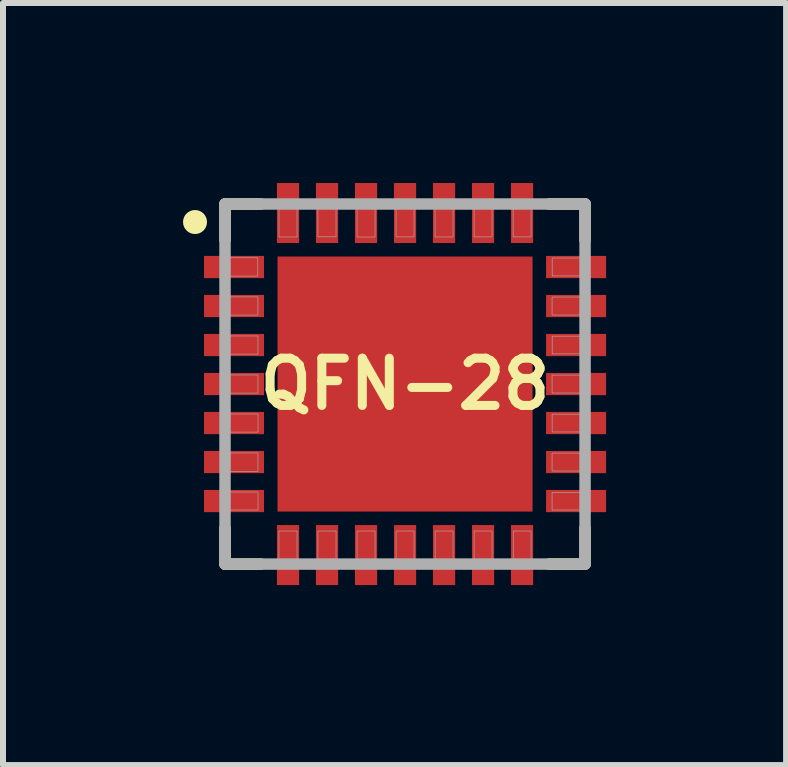
<source format=kicad_pcb>
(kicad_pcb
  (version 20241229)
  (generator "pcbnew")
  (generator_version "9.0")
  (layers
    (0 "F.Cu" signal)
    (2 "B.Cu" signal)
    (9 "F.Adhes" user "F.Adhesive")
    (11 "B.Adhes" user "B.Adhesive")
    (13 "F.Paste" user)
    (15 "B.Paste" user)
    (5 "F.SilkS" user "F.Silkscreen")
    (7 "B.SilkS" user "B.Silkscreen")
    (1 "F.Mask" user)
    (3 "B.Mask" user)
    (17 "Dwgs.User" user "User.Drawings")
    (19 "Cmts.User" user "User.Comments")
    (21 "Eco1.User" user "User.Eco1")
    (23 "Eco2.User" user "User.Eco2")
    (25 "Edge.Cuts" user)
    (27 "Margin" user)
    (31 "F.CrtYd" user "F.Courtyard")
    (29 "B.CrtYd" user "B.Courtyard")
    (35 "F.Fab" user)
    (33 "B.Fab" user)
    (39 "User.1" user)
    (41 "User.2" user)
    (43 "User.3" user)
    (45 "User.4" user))
  (footprint "QFN-28"
    (layer "F.Cu")
    (at 3.7 3.35)
    (property "Reference" "QFN-28" (at 0 0 0) (layer "F.SilkS") (effects (font (size 0.787 0.787) (thickness 0.15))))
    (attr smd)
    (fp_line (start -3 -3) (end -3 -2.4) (stroke (width 0.191) (type solid)) (layer "F.SilkS"))
    (fp_line (start -3 2.4) (end -3 3) (stroke (width 0.191) (type solid)) (layer "F.SilkS"))
    (fp_line (start -3 3) (end -2.4 3) (stroke (width 0.191) (type solid)) (layer "F.SilkS"))
    (fp_line (start -2.4 -3) (end -3 -3) (stroke (width 0.191) (type solid)) (layer "F.SilkS"))
    (fp_line (start 2.4 3) (end 3 3) (stroke (width 0.191) (type solid)) (layer "F.SilkS"))
    (fp_line (start 3 -3) (end 2.4 -3) (stroke (width 0.191) (type solid)) (layer "F.SilkS"))
    (fp_line (start 3 -2.4) (end 3 -3) (stroke (width 0.191) (type solid)) (layer "F.SilkS"))
    (fp_line (start 3 3) (end 3 2.4) (stroke (width 0.191) (type solid)) (layer "F.SilkS"))
    (fp_circle (center -3.5 -2.7) (end -3.4 -2.7) (stroke (width 0.2) (type solid)) (fill no) (layer "F.SilkS"))
    (fp_poly (pts (xy -2.003 0.1) (xy -0.1 0.1) (xy -0.1 2.003) (xy -2.003 2.003)) (stroke (width 0.01) (type solid)) (fill yes) (layer "F.Paste"))
    (fp_poly (pts (xy -2.002 -2) (xy -0.1 -2) (xy -0.1 -0.1) (xy -2.002 -0.1)) (stroke (width 0.01) (type solid)) (fill yes) (layer "F.Paste"))
    (fp_poly (pts (xy 0.1 -2) (xy 2 -2) (xy 2 -0.1) (xy 0.1 -0.1)) (stroke (width 0.01) (type solid)) (fill yes) (layer "F.Paste"))
    (fp_poly (pts (xy 0.1 0.1) (xy 2 0.1) (xy 2 2.002) (xy 0.1 2.002)) (stroke (width 0.01) (type solid)) (fill yes) (layer "F.Paste"))
    (fp_line (start -3 -3) (end -3 3) (stroke (width 0.191) (type solid)) (layer "F.Fab"))
    (fp_line (start -3 3) (end 3 3) (stroke (width 0.191) (type solid)) (layer "F.Fab"))
    (fp_line (start 3 -3) (end -3 -3) (stroke (width 0.191) (type solid)) (layer "F.Fab"))
    (fp_line (start 3 3) (end 3 -3) (stroke (width 0.191) (type solid)) (layer "F.Fab"))
    (fp_poly (pts (xy -2.454 -2.104) (xy -2.454 -1.799) (xy -3.001 -1.799) (xy -3.001 -2.104)) (stroke (width 0.01) (type solid)) (fill no) (layer "F.Fab"))
    (fp_poly (pts (xy -2.452 -1.452) (xy -2.452 -1.149) (xy -3.001 -1.149) (xy -3.001 -1.452)) (stroke (width 0.01) (type solid)) (fill no) (layer "F.Fab"))
    (fp_poly (pts (xy -2.451 -0.801) (xy -2.451 -0.499) (xy -3.001 -0.499) (xy -3.001 -0.801)) (stroke (width 0.01) (type solid)) (fill no) (layer "F.Fab"))
    (fp_poly (pts (xy -2.451 1.149) (xy -2.451 1.454) (xy -3.004 1.454) (xy -3.004 1.149)) (stroke (width 0.01) (type solid)) (fill no) (layer "F.Fab"))
    (fp_poly (pts (xy -2.451 -0.151) (xy -2.451 0.151) (xy -3.001 0.151) (xy -3.001 -0.151)) (stroke (width 0.01) (type solid)) (fill no) (layer "F.Fab"))
    (fp_poly (pts (xy -2.45 0.5) (xy -2.45 0.801) (xy -3.001 0.801) (xy -3.001 0.5)) (stroke (width 0.01) (type solid)) (fill no) (layer "F.Fab"))
    (fp_poly (pts (xy -2.45 1.8) (xy -2.45 2.1) (xy -3 2.1) (xy -3 1.8)) (stroke (width 0.01) (type solid)) (fill no) (layer "F.Fab"))
    (fp_poly (pts (xy -2.102 2.45) (xy -1.8 2.45) (xy -1.8 3.002) (xy -2.102 3.002)) (stroke (width 0.01) (type solid)) (fill no) (layer "F.Fab"))
    (fp_poly (pts (xy -1.8 -2.451) (xy -2.101 -2.451) (xy -2.101 -3) (xy -1.8 -3)) (stroke (width 0.01) (type solid)) (fill no) (layer "F.Fab"))
    (fp_poly (pts (xy -1.452 2.45) (xy -1.15 2.45) (xy -1.15 3.004) (xy -1.452 3.004)) (stroke (width 0.01) (type solid)) (fill no) (layer "F.Fab"))
    (fp_poly (pts (xy -1.15 -2.453) (xy -1.452 -2.453) (xy -1.452 -3) (xy -1.15 -3)) (stroke (width 0.01) (type solid)) (fill no) (layer "F.Fab"))
    (fp_poly (pts (xy -0.8 2.45) (xy -0.5 2.45) (xy -0.5 3) (xy -0.8 3)) (stroke (width 0.01) (type solid)) (fill no) (layer "F.Fab"))
    (fp_poly (pts (xy -0.5 -2.45) (xy -0.8 -2.45) (xy -0.8 -3) (xy -0.5 -3)) (stroke (width 0.01) (type solid)) (fill no) (layer "F.Fab"))
    (fp_poly (pts (xy -0.15 2.45) (xy 0.15 2.45) (xy 0.15 3.003) (xy -0.15 3.003)) (stroke (width 0.01) (type solid)) (fill no) (layer "F.Fab"))
    (fp_poly (pts (xy 0.15 -2.452) (xy -0.15 -2.452) (xy -0.15 -3) (xy 0.15 -3)) (stroke (width 0.01) (type solid)) (fill no) (layer "F.Fab"))
    (fp_poly (pts (xy 0.501 2.45) (xy 0.8 2.45) (xy 0.8 3.005) (xy 0.501 3.005)) (stroke (width 0.01) (type solid)) (fill no) (layer "F.Fab"))
    (fp_poly (pts (xy 0.8 -2.451) (xy 0.5 -2.451) (xy 0.5 -3) (xy 0.8 -3)) (stroke (width 0.01) (type solid)) (fill no) (layer "F.Fab"))
    (fp_poly (pts (xy 1.151 2.45) (xy 1.45 2.45) (xy 1.45 3.003) (xy 1.151 3.003)) (stroke (width 0.01) (type solid)) (fill no) (layer "F.Fab"))
    (fp_poly (pts (xy 1.45 -2.452) (xy 1.151 -2.452) (xy 1.151 -3) (xy 1.45 -3)) (stroke (width 0.01) (type solid)) (fill no) (layer "F.Fab"))
    (fp_poly (pts (xy 1.803 2.45) (xy 2.1 2.45) (xy 2.1 3.005) (xy 1.803 3.005)) (stroke (width 0.01) (type solid)) (fill no) (layer "F.Fab"))
    (fp_poly (pts (xy 2.1 -2.452) (xy 1.801 -2.452) (xy 1.801 -3) (xy 2.1 -3)) (stroke (width 0.01) (type solid)) (fill no) (layer "F.Fab"))
    (fp_poly (pts (xy 2.45 1.45) (xy 2.45 1.151) (xy 3.001 1.151) (xy 3.001 1.45)) (stroke (width 0.01) (type solid)) (fill no) (layer "F.Fab"))
    (fp_poly (pts (xy 2.45 -1.15) (xy 2.45 -1.45) (xy 3 -1.45) (xy 3 -1.15)) (stroke (width 0.01) (type solid)) (fill no) (layer "F.Fab"))
    (fp_poly (pts (xy 2.45 2.1) (xy 2.45 1.804) (xy 3.004 1.804) (xy 3.004 2.1)) (stroke (width 0.01) (type solid)) (fill no) (layer "F.Fab"))
    (fp_poly (pts (xy 2.45 0.15) (xy 2.45 -0.149) (xy 3.001 -0.149) (xy 3.001 0.15)) (stroke (width 0.01) (type solid)) (fill no) (layer "F.Fab"))
    (fp_poly (pts (xy 2.451 0.799) (xy 2.451 0.502) (xy 3.002 0.502) (xy 3.002 0.799)) (stroke (width 0.01) (type solid)) (fill no) (layer "F.Fab"))
    (fp_poly (pts (xy 2.452 -1.802) (xy 2.452 -2.1) (xy 3 -2.1) (xy 3 -1.802)) (stroke (width 0.01) (type solid)) (fill no) (layer "F.Fab"))
    (fp_poly (pts (xy 2.452 -0.502) (xy 2.452 -0.798) (xy 3.002 -0.798) (xy 3.002 -0.502)) (stroke (width 0.01) (type solid)) (fill no) (layer "F.Fab"))
    (pad "1" smd rect (at -2.85 -1.95) (size 1 0.37) (layers "F.Cu" "F.Mask" "F.Paste"))
    (pad "2" smd rect (at -2.85 -1.3) (size 1 0.37) (layers "F.Cu" "F.Mask" "F.Paste"))
    (pad "3" smd rect (at -2.85 -0.65) (size 1 0.37) (layers "F.Cu" "F.Mask" "F.Paste"))
    (pad "4" smd rect (at -2.85 0) (size 1 0.37) (layers "F.Cu" "F.Mask" "F.Paste"))
    (pad "5" smd rect (at -2.85 0.65) (size 1 0.37) (layers "F.Cu" "F.Mask" "F.Paste"))
    (pad "6" smd rect (at -2.85 1.3) (size 1 0.37) (layers "F.Cu" "F.Mask" "F.Paste"))
    (pad "7" smd rect (at -2.85 1.95) (size 1 0.37) (layers "F.Cu" "F.Mask" "F.Paste"))
    (pad "8" smd rect (at -1.95 2.85) (size 0.37 1) (layers "F.Cu" "F.Mask" "F.Paste"))
    (pad "9" smd rect (at -1.3 2.85) (size 0.37 1) (layers "F.Cu" "F.Mask" "F.Paste"))
    (pad "10" smd rect (at -0.65 2.85) (size 0.37 1) (layers "F.Cu" "F.Mask" "F.Paste"))
    (pad "11" smd rect (at 0 2.85) (size 0.37 1) (layers "F.Cu" "F.Mask" "F.Paste"))
    (pad "12" smd rect (at 0.65 2.85) (size 0.37 1) (layers "F.Cu" "F.Mask" "F.Paste"))
    (pad "13" smd rect (at 1.3 2.85) (size 0.37 1) (layers "F.Cu" "F.Mask" "F.Paste"))
    (pad "14" smd rect (at 1.95 2.85) (size 0.37 1) (layers "F.Cu" "F.Mask" "F.Paste"))
    (pad "15" smd rect (at 2.85 1.95) (size 1 0.37) (layers "F.Cu" "F.Mask" "F.Paste"))
    (pad "16" smd rect (at 2.85 1.3) (size 1 0.37) (layers "F.Cu" "F.Mask" "F.Paste"))
    (pad "17" smd rect (at 2.85 0.65) (size 1 0.37) (layers "F.Cu" "F.Mask" "F.Paste"))
    (pad "18" smd rect (at 2.85 0) (size 1 0.37) (layers "F.Cu" "F.Mask" "F.Paste"))
    (pad "19" smd rect (at 2.85 -0.65) (size 1 0.37) (layers "F.Cu" "F.Mask" "F.Paste"))
    (pad "20" smd rect (at 2.85 -1.3) (size 1 0.37) (layers "F.Cu" "F.Mask" "F.Paste"))
    (pad "21" smd rect (at 2.85 -1.95) (size 1 0.37) (layers "F.Cu" "F.Mask" "F.Paste"))
    (pad "22" smd rect (at 1.95 -2.85) (size 0.37 1) (layers "F.Cu" "F.Mask" "F.Paste"))
    (pad "23" smd rect (at 1.3 -2.85) (size 0.37 1) (layers "F.Cu" "F.Mask" "F.Paste"))
    (pad "24" smd rect (at 0.65 -2.85) (size 0.37 1) (layers "F.Cu" "F.Mask" "F.Paste"))
    (pad "25" smd rect (at 0 -2.85) (size 0.37 1) (layers "F.Cu" "F.Mask" "F.Paste"))
    (pad "26" smd rect (at -0.65 -2.85) (size 0.37 1) (layers "F.Cu" "F.Mask" "F.Paste"))
    (pad "27" smd rect (at -1.3 -2.85) (size 0.37 1) (layers "F.Cu" "F.Mask" "F.Paste"))
    (pad "28" smd rect (at -1.95 -2.85) (size 0.37 1) (layers "F.Cu" "F.Mask" "F.Paste"))
    (pad "EP" smd rect (at 0 0) (size 4.25 4.25) (layers "F.Cu" "F.Mask")))
  (gr_rect
    (start -3 -3)
    (end 10.05 9.7)
    (stroke (width 0.1) (type default))
    (fill no)
    (layer "Edge.Cuts")))
</source>
